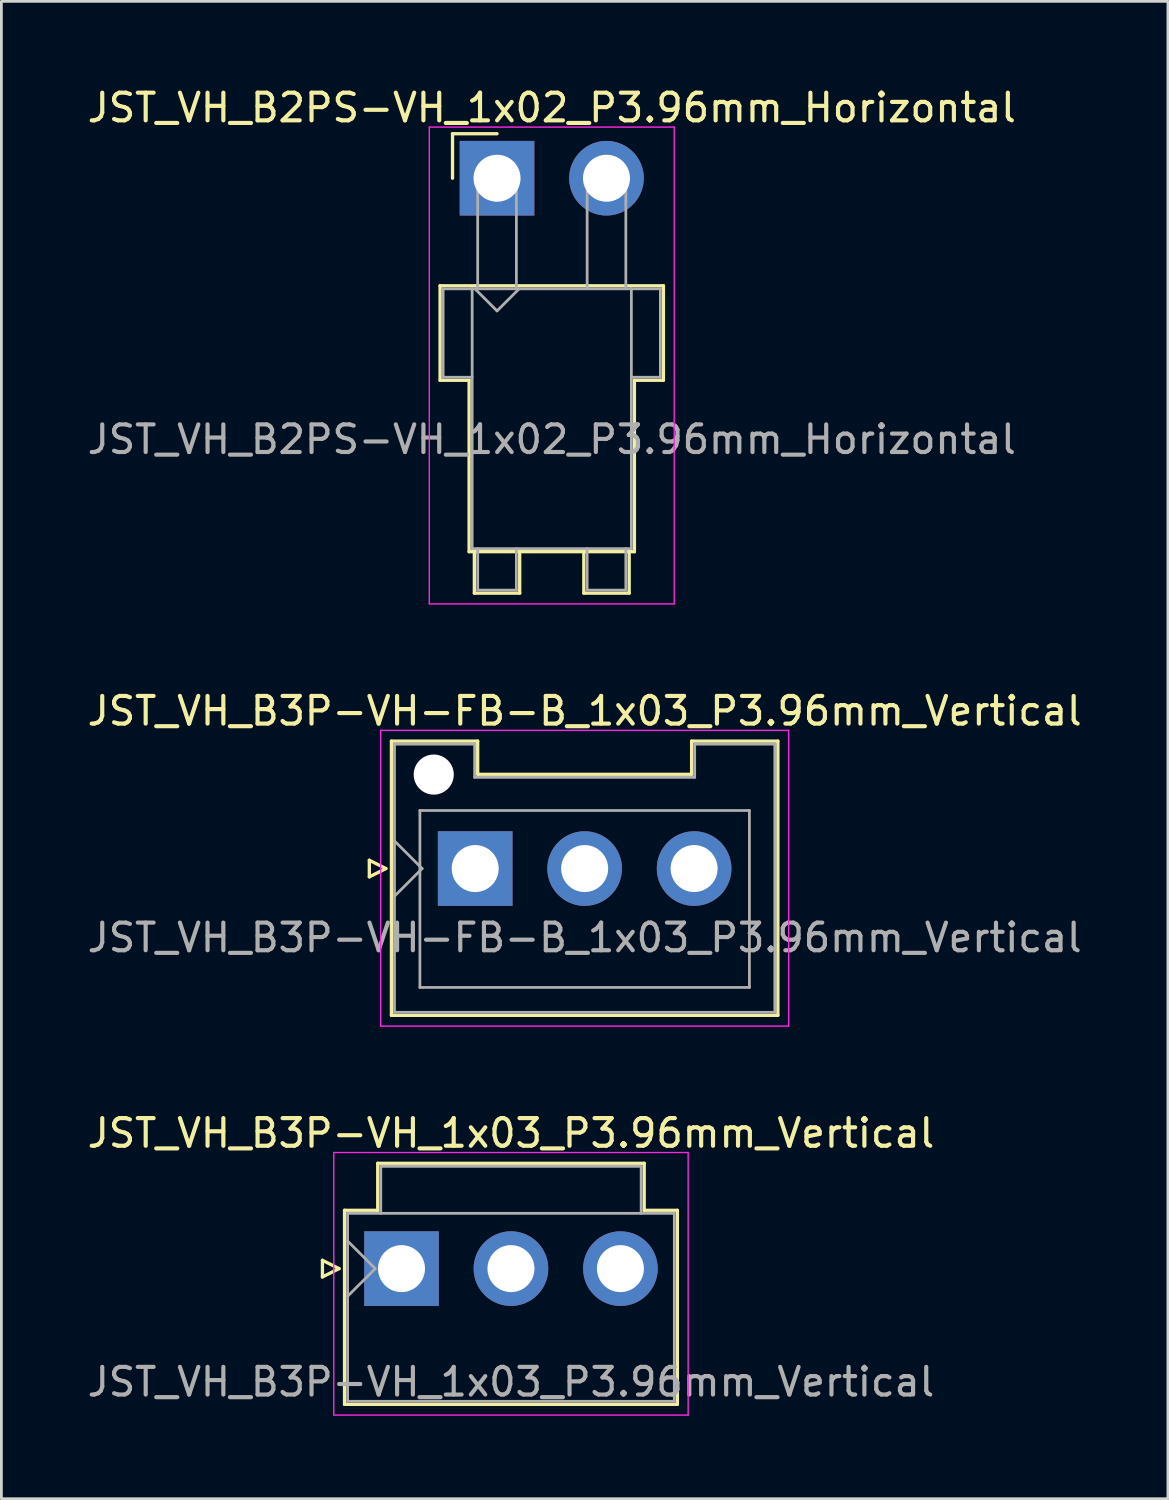
<source format=kicad_pcb>
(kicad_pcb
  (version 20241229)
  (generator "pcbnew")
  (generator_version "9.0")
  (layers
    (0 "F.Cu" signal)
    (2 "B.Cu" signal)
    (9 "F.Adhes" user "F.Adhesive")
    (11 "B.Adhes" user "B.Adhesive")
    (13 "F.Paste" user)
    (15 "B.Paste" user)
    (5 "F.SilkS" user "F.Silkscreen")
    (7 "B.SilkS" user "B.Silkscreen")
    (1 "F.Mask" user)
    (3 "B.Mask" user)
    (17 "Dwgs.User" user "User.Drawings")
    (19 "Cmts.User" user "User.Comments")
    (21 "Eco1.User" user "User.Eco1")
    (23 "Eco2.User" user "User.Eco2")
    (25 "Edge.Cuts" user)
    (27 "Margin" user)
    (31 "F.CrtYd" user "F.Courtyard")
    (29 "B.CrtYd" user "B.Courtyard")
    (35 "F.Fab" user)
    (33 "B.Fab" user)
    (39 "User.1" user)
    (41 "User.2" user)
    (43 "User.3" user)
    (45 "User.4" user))
  (footprint "JST_VH_B3P-VH_1x03_P3.96mm_Vertical"
    (layer "F.Cu")
    (at 11.475 42.845)
    (property "Reference" "JST_VH_B3P-VH_1x03_P3.96mm_Vertical" (at 3.96 -4.9 0) (layer "F.SilkS") (effects (font (size 1 1) (thickness 0.15))))
    (attr through_hole)
    (fp_line (start -2.86 -0.3) (end -2.26 0) (stroke (width 0.12) (type solid)) (layer "F.SilkS"))
    (fp_line (start -2.86 0.3) (end -2.86 -0.3) (stroke (width 0.12) (type solid)) (layer "F.SilkS"))
    (fp_line (start -2.26 0) (end -2.86 0.3) (stroke (width 0.12) (type solid)) (layer "F.SilkS"))
    (fp_line (start -2.06 -2.11) (end -0.86 -2.11) (stroke (width 0.12) (type solid)) (layer "F.SilkS"))
    (fp_line (start -2.06 4.91) (end -2.06 -2.11) (stroke (width 0.12) (type solid)) (layer "F.SilkS"))
    (fp_line (start -0.86 -3.81) (end 8.78 -3.81) (stroke (width 0.12) (type solid)) (layer "F.SilkS"))
    (fp_line (start -0.86 -2.11) (end -0.86 -3.81) (stroke (width 0.12) (type solid)) (layer "F.SilkS"))
    (fp_line (start 8.78 -3.81) (end 8.78 -2.11) (stroke (width 0.12) (type solid)) (layer "F.SilkS"))
    (fp_line (start 8.78 -2.11) (end 9.98 -2.11) (stroke (width 0.12) (type solid)) (layer "F.SilkS"))
    (fp_line (start 9.98 -2.11) (end 9.98 4.91) (stroke (width 0.12) (type solid)) (layer "F.SilkS"))
    (fp_line (start 9.98 4.91) (end -2.06 4.91) (stroke (width 0.12) (type solid)) (layer "F.SilkS"))
    (fp_line (start -2.45 -4.2) (end -2.45 5.3) (stroke (width 0.05) (type solid)) (layer "F.CrtYd"))
    (fp_line (start -2.45 5.3) (end 10.37 5.3) (stroke (width 0.05) (type solid)) (layer "F.CrtYd"))
    (fp_line (start 10.37 -4.2) (end -2.45 -4.2) (stroke (width 0.05) (type solid)) (layer "F.CrtYd"))
    (fp_line (start 10.37 5.3) (end 10.37 -4.2) (stroke (width 0.05) (type solid)) (layer "F.CrtYd"))
    (fp_line (start -1.95 -2) (end -1.95 4.8) (stroke (width 0.1) (type solid)) (layer "F.Fab"))
    (fp_line (start -1.95 -1) (end -0.95 0) (stroke (width 0.1) (type solid)) (layer "F.Fab"))
    (fp_line (start -1.95 1) (end -0.95 0) (stroke (width 0.1) (type solid)) (layer "F.Fab"))
    (fp_line (start -1.95 4.8) (end 9.87 4.8) (stroke (width 0.1) (type solid)) (layer "F.Fab"))
    (fp_line (start -0.75 -3.7) (end 8.67 -3.7) (stroke (width 0.1) (type solid)) (layer "F.Fab"))
    (fp_line (start -0.75 -2) (end -0.75 -3.7) (stroke (width 0.1) (type solid)) (layer "F.Fab"))
    (fp_line (start 8.67 -3.7) (end 8.67 -2) (stroke (width 0.1) (type solid)) (layer "F.Fab"))
    (fp_line (start 9.87 -2) (end -1.95 -2) (stroke (width 0.1) (type solid)) (layer "F.Fab"))
    (fp_line (start 9.87 4.8) (end 9.87 -2) (stroke (width 0.1) (type solid)) (layer "F.Fab"))
    (fp_text user "${REFERENCE}" (at 3.96 4.1 0) (layer "F.Fab") (effects (font (size 1 1) (thickness 0.15))))
    (pad "1" thru_hole rect (at 0 0) (size 2.7 2.7) (drill 1.7) (layers "*.Cu" "*.Mask"))
    (pad "2" thru_hole circle (at 3.96 0) (size 2.7 2.7) (drill 1.7) (layers "*.Cu" "*.Mask"))
    (pad "3" thru_hole circle (at 7.92 0) (size 2.7 2.7) (drill 1.7) (layers "*.Cu" "*.Mask")))
  (footprint "JST_VH_B3P-VH-FB-B_1x03_P3.96mm_Vertical"
    (layer "F.Cu")
    (at 14.141 28.372)
    (property "Reference" "JST_VH_B3P-VH-FB-B_1x03_P3.96mm_Vertical" (at 3.96 -5.7 0) (layer "F.SilkS") (effects (font (size 1 1) (thickness 0.15))))
    (attr through_hole)
    (fp_line (start -3.83 -0.3) (end -3.23 0) (stroke (width 0.12) (type solid)) (layer "F.SilkS"))
    (fp_line (start -3.83 0.3) (end -3.83 -0.3) (stroke (width 0.12) (type solid)) (layer "F.SilkS"))
    (fp_line (start -3.23 0) (end -3.83 0.3) (stroke (width 0.12) (type solid)) (layer "F.SilkS"))
    (fp_line (start -3.03 -4.61) (end 0.09 -4.61) (stroke (width 0.12) (type solid)) (layer "F.SilkS"))
    (fp_line (start -3.03 5.31) (end -3.03 -4.61) (stroke (width 0.12) (type solid)) (layer "F.SilkS"))
    (fp_line (start 0.09 -4.61) (end 0.09 -3.41) (stroke (width 0.12) (type solid)) (layer "F.SilkS"))
    (fp_line (start 0.09 -3.41) (end 7.83 -3.41) (stroke (width 0.12) (type solid)) (layer "F.SilkS"))
    (fp_line (start 7.83 -4.61) (end 10.95 -4.61) (stroke (width 0.12) (type solid)) (layer "F.SilkS"))
    (fp_line (start 7.83 -3.41) (end 7.83 -4.61) (stroke (width 0.12) (type solid)) (layer "F.SilkS"))
    (fp_line (start 10.95 -4.61) (end 10.95 5.31) (stroke (width 0.12) (type solid)) (layer "F.SilkS"))
    (fp_line (start 10.95 5.31) (end -3.03 5.31) (stroke (width 0.12) (type solid)) (layer "F.SilkS"))
    (fp_line (start -3.42 -5) (end -3.42 5.7) (stroke (width 0.05) (type solid)) (layer "F.CrtYd"))
    (fp_line (start -3.42 5.7) (end 11.34 5.7) (stroke (width 0.05) (type solid)) (layer "F.CrtYd"))
    (fp_line (start 11.34 -5) (end -3.42 -5) (stroke (width 0.05) (type solid)) (layer "F.CrtYd"))
    (fp_line (start 11.34 5.7) (end 11.34 -5) (stroke (width 0.05) (type solid)) (layer "F.CrtYd"))
    (fp_line (start -2.92 -4.5) (end -0.02 -4.5) (stroke (width 0.1) (type solid)) (layer "F.Fab"))
    (fp_line (start -2.92 -1) (end -1.92 0) (stroke (width 0.1) (type solid)) (layer "F.Fab"))
    (fp_line (start -2.92 1) (end -1.92 0) (stroke (width 0.1) (type solid)) (layer "F.Fab"))
    (fp_line (start -2.92 5.2) (end -2.92 -4.5) (stroke (width 0.1) (type solid)) (layer "F.Fab"))
    (fp_line (start -2 -2.1) (end 9.92 -2.1) (stroke (width 0.1) (type solid)) (layer "F.Fab"))
    (fp_line (start -2 4.3) (end -2 -2.1) (stroke (width 0.1) (type solid)) (layer "F.Fab"))
    (fp_line (start -0.02 -4.5) (end -0.02 -3.3) (stroke (width 0.1) (type solid)) (layer "F.Fab"))
    (fp_line (start -0.02 -3.3) (end 7.94 -3.3) (stroke (width 0.1) (type solid)) (layer "F.Fab"))
    (fp_line (start 7.94 -4.5) (end 10.84 -4.5) (stroke (width 0.1) (type solid)) (layer "F.Fab"))
    (fp_line (start 7.94 -3.3) (end 7.94 -4.5) (stroke (width 0.1) (type solid)) (layer "F.Fab"))
    (fp_line (start 9.92 -2.1) (end 9.92 4.3) (stroke (width 0.1) (type solid)) (layer "F.Fab"))
    (fp_line (start 9.92 4.3) (end -2 4.3) (stroke (width 0.1) (type solid)) (layer "F.Fab"))
    (fp_line (start 10.84 -4.5) (end 10.84 5.2) (stroke (width 0.1) (type solid)) (layer "F.Fab"))
    (fp_line (start 10.84 5.2) (end -2.92 5.2) (stroke (width 0.1) (type solid)) (layer "F.Fab"))
    (fp_text user "${REFERENCE}" (at 3.96 2.5 0) (layer "F.Fab") (effects (font (size 1 1) (thickness 0.15))))
    (pad "" np_thru_hole circle (at -1.5 -3.4) (size 1.45 1.45) (drill 1.45) (layers "*.Cu" "*.Mask"))
    (pad "1" thru_hole rect (at 0 0) (size 2.7 2.7) (drill 1.7) (layers "*.Cu" "*.Mask"))
    (pad "2" thru_hole circle (at 3.96 0) (size 2.7 2.7) (drill 1.7) (layers "*.Cu" "*.Mask"))
    (pad "3" thru_hole circle (at 7.92 0) (size 2.7 2.7) (drill 1.7) (layers "*.Cu" "*.Mask")))
  (footprint "JST_VH_B2PS-VH_1x02_P3.96mm_Horizontal"
    (layer "F.Cu")
    (at 14.931 3.398)
    (property "Reference" "JST_VH_B2PS-VH_1x02_P3.96mm_Horizontal" (at 1.98 -2.55 0) (layer "F.SilkS") (effects (font (size 1 1) (thickness 0.15))))
    (attr through_hole)
    (fp_line (start -2.06 3.89) (end 6.02 3.89) (stroke (width 0.12) (type solid)) (layer "F.SilkS"))
    (fp_line (start -2.06 7.31) (end -2.06 3.89) (stroke (width 0.12) (type solid)) (layer "F.SilkS"))
    (fp_line (start -1.61 -1.61) (end -1.61 0) (stroke (width 0.12) (type solid)) (layer "F.SilkS"))
    (fp_line (start -1.01 7.31) (end -2.06 7.31) (stroke (width 0.12) (type solid)) (layer "F.SilkS"))
    (fp_line (start -1.01 13.51) (end -1.01 7.31) (stroke (width 0.12) (type solid)) (layer "F.SilkS"))
    (fp_line (start -0.82 13.51) (end -0.82 15.01) (stroke (width 0.12) (type solid)) (layer "F.SilkS"))
    (fp_line (start -0.82 15.01) (end 0.82 15.01) (stroke (width 0.12) (type solid)) (layer "F.SilkS"))
    (fp_line (start 0 -1.61) (end -1.61 -1.61) (stroke (width 0.12) (type solid)) (layer "F.SilkS"))
    (fp_line (start 0.82 15.01) (end 0.82 13.51) (stroke (width 0.12) (type solid)) (layer "F.SilkS"))
    (fp_line (start 3.14 13.51) (end 3.14 15.01) (stroke (width 0.12) (type solid)) (layer "F.SilkS"))
    (fp_line (start 3.14 15.01) (end 4.78 15.01) (stroke (width 0.12) (type solid)) (layer "F.SilkS"))
    (fp_line (start 4.78 15.01) (end 4.78 13.51) (stroke (width 0.12) (type solid)) (layer "F.SilkS"))
    (fp_line (start 4.97 7.31) (end 4.97 13.51) (stroke (width 0.12) (type solid)) (layer "F.SilkS"))
    (fp_line (start 4.97 13.51) (end -1.01 13.51) (stroke (width 0.12) (type solid)) (layer "F.SilkS"))
    (fp_line (start 6.02 3.89) (end 6.02 7.31) (stroke (width 0.12) (type solid)) (layer "F.SilkS"))
    (fp_line (start 6.02 7.31) (end 4.97 7.31) (stroke (width 0.12) (type solid)) (layer "F.SilkS"))
    (fp_line (start -2.45 -1.85) (end -2.45 15.4) (stroke (width 0.05) (type solid)) (layer "F.CrtYd"))
    (fp_line (start -2.45 15.4) (end 6.41 15.4) (stroke (width 0.05) (type solid)) (layer "F.CrtYd"))
    (fp_line (start 6.41 -1.85) (end -2.45 -1.85) (stroke (width 0.05) (type solid)) (layer "F.CrtYd"))
    (fp_line (start 6.41 15.4) (end 6.41 -1.85) (stroke (width 0.05) (type solid)) (layer "F.CrtYd"))
    (fp_line (start -1.95 4) (end -0.9 4) (stroke (width 0.1) (type solid)) (layer "F.Fab"))
    (fp_line (start -1.95 7.2) (end -1.95 4) (stroke (width 0.1) (type solid)) (layer "F.Fab"))
    (fp_line (start -0.9 4) (end -0.9 13.4) (stroke (width 0.1) (type solid)) (layer "F.Fab"))
    (fp_line (start -0.9 7.2) (end -1.95 7.2) (stroke (width 0.1) (type solid)) (layer "F.Fab"))
    (fp_line (start -0.9 13.4) (end 4.86 13.4) (stroke (width 0.1) (type solid)) (layer "F.Fab"))
    (fp_line (start -0.8 4) (end 0 4.8) (stroke (width 0.1) (type solid)) (layer "F.Fab"))
    (fp_line (start -0.7 0) (end 0.7 0) (stroke (width 0.1) (type solid)) (layer "F.Fab"))
    (fp_line (start -0.7 4) (end -0.7 0) (stroke (width 0.1) (type solid)) (layer "F.Fab"))
    (fp_line (start -0.7 13.4) (end -0.7 14.9) (stroke (width 0.1) (type solid)) (layer "F.Fab"))
    (fp_line (start -0.7 14.9) (end 0.7 14.9) (stroke (width 0.1) (type solid)) (layer "F.Fab"))
    (fp_line (start 0 4.8) (end 0.8 4) (stroke (width 0.1) (type solid)) (layer "F.Fab"))
    (fp_line (start 0.7 0) (end 0.7 4) (stroke (width 0.1) (type solid)) (layer "F.Fab"))
    (fp_line (start 0.7 14.9) (end 0.7 13.4) (stroke (width 0.1) (type solid)) (layer "F.Fab"))
    (fp_line (start 3.26 0) (end 4.66 0) (stroke (width 0.1) (type solid)) (layer "F.Fab"))
    (fp_line (start 3.26 4) (end 3.26 0) (stroke (width 0.1) (type solid)) (layer "F.Fab"))
    (fp_line (start 3.26 13.4) (end 3.26 14.9) (stroke (width 0.1) (type solid)) (layer "F.Fab"))
    (fp_line (start 3.26 14.9) (end 4.66 14.9) (stroke (width 0.1) (type solid)) (layer "F.Fab"))
    (fp_line (start 4.66 0) (end 4.66 4) (stroke (width 0.1) (type solid)) (layer "F.Fab"))
    (fp_line (start 4.66 14.9) (end 4.66 13.4) (stroke (width 0.1) (type solid)) (layer "F.Fab"))
    (fp_line (start 4.86 4) (end -0.9 4) (stroke (width 0.1) (type solid)) (layer "F.Fab"))
    (fp_line (start 4.86 4) (end 5.91 4) (stroke (width 0.1) (type solid)) (layer "F.Fab"))
    (fp_line (start 4.86 13.4) (end 4.86 4) (stroke (width 0.1) (type solid)) (layer "F.Fab"))
    (fp_line (start 5.91 4) (end 5.91 7.2) (stroke (width 0.1) (type solid)) (layer "F.Fab"))
    (fp_line (start 5.91 7.2) (end 4.86 7.2) (stroke (width 0.1) (type solid)) (layer "F.Fab"))
    (fp_text user "${REFERENCE}" (at 1.98 9.45 0) (layer "F.Fab") (effects (font (size 1 1) (thickness 0.15))))
    (pad "1" thru_hole rect (at 0 0) (size 2.7 2.7) (drill 1.7) (layers "*.Cu" "*.Mask"))
    (pad "2" thru_hole circle (at 3.96 0) (size 2.7 2.7) (drill 1.7) (layers "*.Cu" "*.Mask")))
  (gr_rect
    (start -3 -3)
    (end 39.202 51.17)
    (stroke (width 0.1) (type default))
    (fill no)
    (layer "Edge.Cuts")))
</source>
